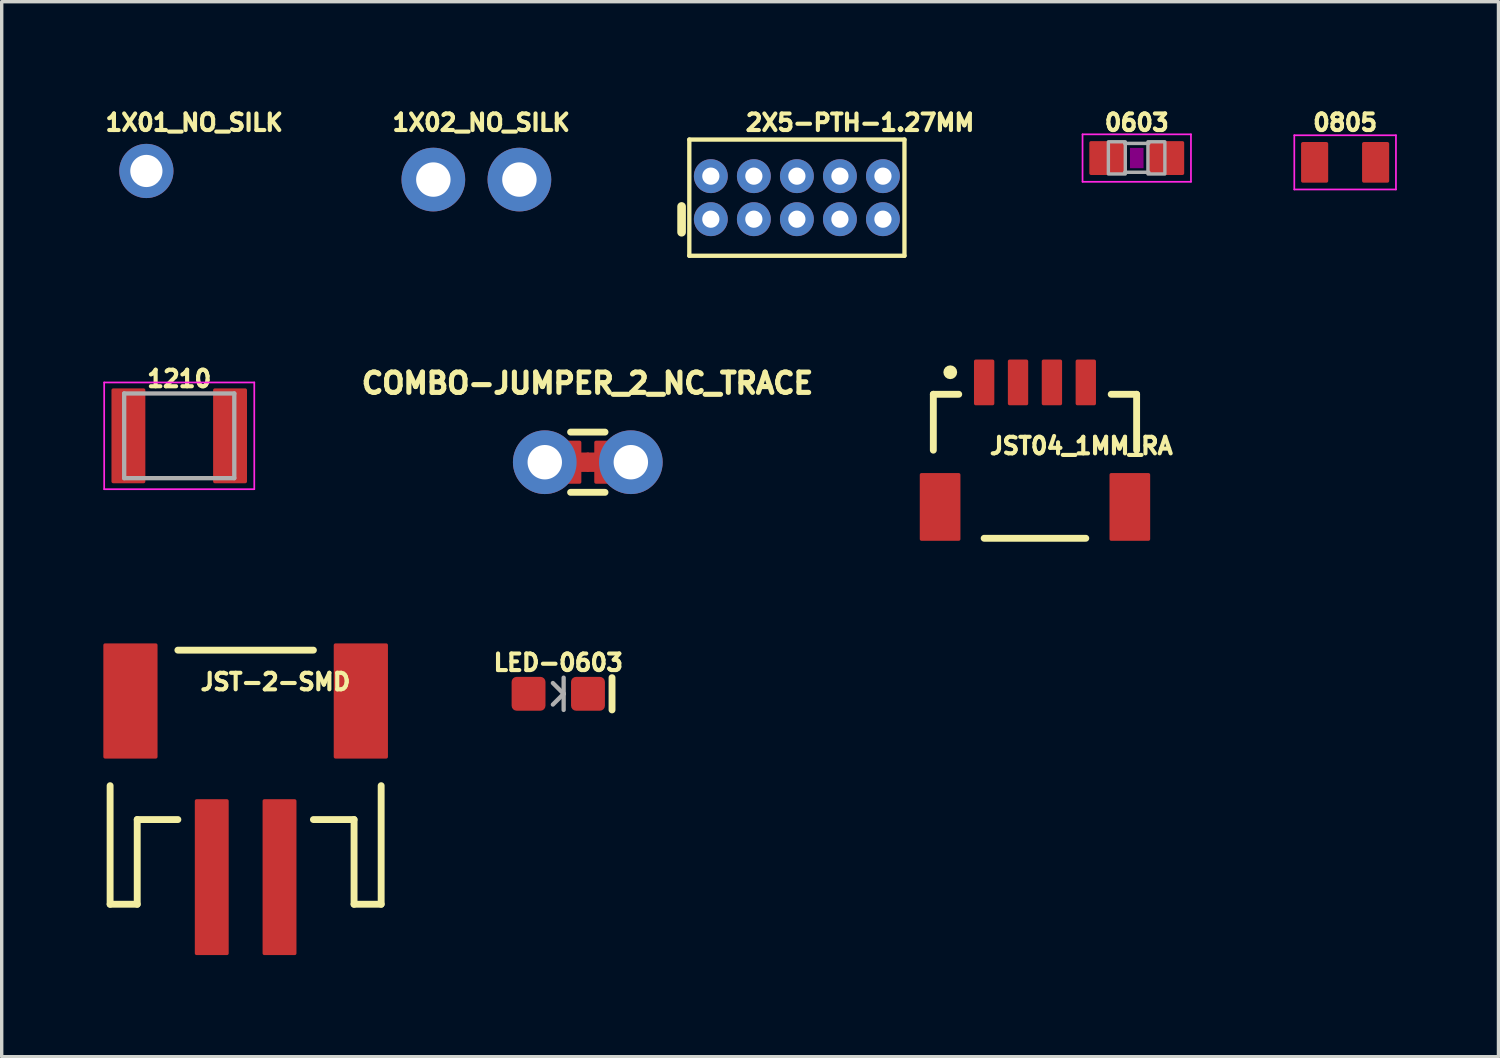
<source format=kicad_pcb>
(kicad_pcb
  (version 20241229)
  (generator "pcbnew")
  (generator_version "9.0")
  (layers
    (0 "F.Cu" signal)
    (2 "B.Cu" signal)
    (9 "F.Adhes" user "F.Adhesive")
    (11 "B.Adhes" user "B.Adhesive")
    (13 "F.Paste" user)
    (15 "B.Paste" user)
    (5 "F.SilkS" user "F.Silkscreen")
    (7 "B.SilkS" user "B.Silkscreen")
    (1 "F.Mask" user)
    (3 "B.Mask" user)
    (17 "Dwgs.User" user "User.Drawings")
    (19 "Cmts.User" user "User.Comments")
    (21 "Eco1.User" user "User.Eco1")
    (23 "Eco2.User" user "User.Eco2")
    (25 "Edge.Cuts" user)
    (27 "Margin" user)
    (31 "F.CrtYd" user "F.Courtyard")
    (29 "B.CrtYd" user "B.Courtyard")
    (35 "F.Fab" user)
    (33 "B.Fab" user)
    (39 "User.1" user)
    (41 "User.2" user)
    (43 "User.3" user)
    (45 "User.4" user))
  (footprint "0603"
    (layer "F.Cu")
    (at 30.501 1.615)
    (property "Reference" "0603" (at 0 -0.762 0) (layer "F.SilkS") (effects (font (size 0.488 0.488) (thickness 0.122)) (justify bottom)))
    (fp_poly (pts (xy -0.2 0.3) (xy 0.2 0.3) (xy 0.2 -0.3) (xy -0.2 -0.3)) (stroke (width 0) (type default)) (fill yes) (layer "F.Adhes"))
    (fp_line (start -1.6 -0.7) (end 1.6 -0.7) (stroke (width 0.051) (type solid)) (layer "F.CrtYd"))
    (fp_line (start -1.6 0.7) (end -1.6 -0.7) (stroke (width 0.051) (type solid)) (layer "F.CrtYd"))
    (fp_line (start 1.6 -0.7) (end 1.6 0.7) (stroke (width 0.051) (type solid)) (layer "F.CrtYd"))
    (fp_line (start 1.6 0.7) (end -1.6 0.7) (stroke (width 0.051) (type solid)) (layer "F.CrtYd"))
    (fp_line (start -0.356 -0.432) (end 0.356 -0.432) (stroke (width 0.102) (type solid)) (layer "F.Fab"))
    (fp_line (start -0.356 0.419) (end 0.356 0.419) (stroke (width 0.102) (type solid)) (layer "F.Fab"))
    (fp_poly (pts (xy -0.838 0.47) (xy -0.338 0.47) (xy -0.338 -0.48) (xy -0.838 -0.48)) (stroke (width 0.1) (type default)) (fill no) (layer "F.Fab"))
    (fp_poly (pts (xy 0.33 0.47) (xy 0.83 0.47) (xy 0.83 -0.48) (xy 0.33 -0.48)) (stroke (width 0.1) (type default)) (fill no) (layer "F.Fab"))
    (pad "1" smd roundrect (at -0.85 0) (size 1.1 1) (layers "F.Cu" "F.Mask" "F.Paste") (roundrect_rratio 0.051))
    (pad "2" smd roundrect (at 0.85 0) (size 1.1 1) (layers "F.Cu" "F.Mask" "F.Paste") (roundrect_rratio 0.051)))
  (footprint "COMBO-JUMPER_2_NC_TRACE"
    (layer "F.Cu")
    (at 14.299 10.592)
    (property "Reference" "COMBO-JUMPER_2_NC_TRACE" (at -0.01 -1.98 0) (layer "F.SilkS") (effects (font (size 0.6 0.6) (thickness 0.15) (bold yes)) (justify bottom)))
    (fp_poly (pts (xy 0.032 0.286) (xy -0.705 0.286) (xy -0.705 -0.286) (xy 0.032 -0.286)) (stroke (width 0) (type default)) (fill yes) (layer "F.Cu"))
    (fp_poly (pts (xy 0.705 0.286) (xy -0.032 0.286) (xy -0.032 -0.286) (xy 0.705 -0.286)) (stroke (width 0) (type default)) (fill yes) (layer "F.Cu"))
    (fp_poly (pts (xy 0.254 0.724) (xy -0.254 0.724) (xy -0.254 -0.724) (xy 0.254 -0.724)) (stroke (width 0) (type default)) (fill yes) (layer "F.Mask"))
    (fp_line (start 0.508 -0.889) (end -0.508 -0.889) (stroke (width 0.203) (type solid)) (layer "F.SilkS"))
    (fp_line (start 0.508 0.889) (end -0.508 0.889) (stroke (width 0.203) (type solid)) (layer "F.SilkS"))
    (fp_poly (pts (xy -1.524 0.254) (xy -1.016 0.254) (xy -1.016 -0.254) (xy -1.524 -0.254)) (stroke (width 0.1) (type default)) (fill no) (layer "F.Fab"))
    (fp_poly (pts (xy 1.016 0.254) (xy 1.524 0.254) (xy 1.524 -0.254) (xy 1.016 -0.254)) (stroke (width 0.1) (type default)) (fill no) (layer "F.Fab"))
    (pad "1" smd roundrect (at -0.508 0) (size 0.635 1.27) (layers "F.Cu" "F.Mask") (roundrect_rratio 0.08))
    (pad "2" smd roundrect (at 0.508 0) (size 0.635 1.27) (layers "F.Cu" "F.Mask") (roundrect_rratio 0.08))
    (pad "3" thru_hole circle (at -1.27 0 90) (size 1.88 1.88) (drill 1.016) (layers "*.Cu" "*.Mask"))
    (pad "4" thru_hole circle (at 1.27 0 90) (size 1.88 1.88) (drill 1.016) (layers "*.Cu" "*.Mask")))
  (footprint "JST04_1MM_RA"
    (layer "F.Cu")
    (at 27.497 8.237)
    (property "Reference" "JST04_1MM_RA" (at -1.397 2.159 0) (layer "F.SilkS") (effects (font (size 0.488 0.488) (thickness 0.122)) (justify left bottom)))
    (fp_line (start -3 0.35) (end -2.25 0.35) (stroke (width 0.203) (type solid)) (layer "F.SilkS"))
    (fp_line (start -3 2) (end -3 0.35) (stroke (width 0.203) (type solid)) (layer "F.SilkS"))
    (fp_line (start -1.5 4.6) (end 1.5 4.6) (stroke (width 0.203) (type solid)) (layer "F.SilkS"))
    (fp_line (start 2.25 0.35) (end 3 0.35) (stroke (width 0.203) (type solid)) (layer "F.SilkS"))
    (fp_line (start 3 0.35) (end 3 2) (stroke (width 0.203) (type solid)) (layer "F.SilkS"))
    (fp_circle (center -2.5 -0.3) (end -2.398 -0.3) (stroke (width 0.203) (type solid)) (fill no) (layer "F.SilkS"))
    (pad "1" smd roundrect (at -1.5 0) (size 0.6 1.35) (layers "F.Cu" "F.Mask" "F.Paste") (roundrect_rratio 0.085))
    (pad "2" smd roundrect (at -0.5 0) (size 0.6 1.35) (layers "F.Cu" "F.Mask" "F.Paste") (roundrect_rratio 0.085))
    (pad "3" smd roundrect (at 0.5 0) (size 0.6 1.35) (layers "F.Cu" "F.Mask" "F.Paste") (roundrect_rratio 0.085))
    (pad "4" smd roundrect (at 1.5 0) (size 0.6 1.35) (layers "F.Cu" "F.Mask" "F.Paste") (roundrect_rratio 0.085))
    (pad "NC1" smd roundrect (at 2.8 3.675) (size 1.2 2) (layers "F.Cu" "F.Mask" "F.Paste") (roundrect_rratio 0.042))
    (pad "NC2" smd roundrect (at -2.8 3.675) (size 1.2 2) (layers "F.Cu" "F.Mask" "F.Paste") (roundrect_rratio 0.042)))
  (footprint "LED-0603"
    (layer "F.Cu")
    (at 13.427 17.427)
    (property "Reference" "LED-0603" (at 0 -0.635 0) (layer "F.SilkS") (effects (font (size 0.488 0.488) (thickness 0.122)) (justify bottom)))
    (fp_line (start 1.587 -0.476) (end 1.587 0.476) (stroke (width 0.203) (type solid)) (layer "F.SilkS"))
    (fp_line (start 0.159 -0.476) (end 0.159 0) (stroke (width 0.127) (type solid)) (layer "F.Fab"))
    (fp_line (start 0.159 0) (end -0.159 -0.318) (stroke (width 0.127) (type solid)) (layer "F.Fab"))
    (fp_line (start 0.159 0) (end -0.159 0.318) (stroke (width 0.127) (type solid)) (layer "F.Fab"))
    (fp_line (start 0.159 0) (end 0.159 0.476) (stroke (width 0.127) (type solid)) (layer "F.Fab"))
    (pad "A" smd roundrect (at -0.877 0 270) (size 1 1) (layers "F.Cu" "F.Mask" "F.Paste") (roundrect_rratio 0.15))
    (pad "C" smd roundrect (at 0.877 0 270) (size 1 1) (layers "F.Cu" "F.Mask" "F.Paste") (roundrect_rratio 0.15)))
  (footprint "0805"
    (layer "F.Cu")
    (at 36.651 1.742)
    (property "Reference" "0805" (at 0 -0.889 0) (layer "F.SilkS") (effects (font (size 0.488 0.488) (thickness 0.122)) (justify bottom)))
    (fp_line (start -1.5 -0.8) (end 1.5 -0.8) (stroke (width 0.051) (type solid)) (layer "F.CrtYd"))
    (fp_line (start -1.5 0.8) (end -1.5 -0.8) (stroke (width 0.051) (type solid)) (layer "F.CrtYd"))
    (fp_line (start 1.5 -0.8) (end 1.5 0.8) (stroke (width 0.051) (type solid)) (layer "F.CrtYd"))
    (fp_line (start 1.5 0.8) (end -1.5 0.8) (stroke (width 0.051) (type solid)) (layer "F.CrtYd"))
    (pad "1" smd roundrect (at -0.9 0) (size 0.8 1.2) (layers "F.Cu" "F.Mask" "F.Paste") (roundrect_rratio 0.064))
    (pad "2" smd roundrect (at 0.9 0) (size 0.8 1.2) (layers "F.Cu" "F.Mask" "F.Paste") (roundrect_rratio 0.064)))
  (footprint "2X5-PTH-1.27MM"
    (layer "F.Cu")
    (at 20.47 2.784)
    (property "Reference" "2X5-PTH-1.27MM" (at -1.575 -1.93 0) (layer "F.SilkS") (effects (font (size 0.488 0.488) (thickness 0.122)) (justify left bottom)))
    (fp_line (start -3.403 1.021) (end -3.403 0.259) (stroke (width 0.254) (type solid)) (layer "F.SilkS"))
    (fp_line (start -3.175 -1.715) (end -3.175 1.715) (stroke (width 0.127) (type solid)) (layer "F.SilkS"))
    (fp_line (start -3.175 1.715) (end 3.175 1.715) (stroke (width 0.127) (type solid)) (layer "F.SilkS"))
    (fp_line (start 3.175 -1.715) (end -3.175 -1.715) (stroke (width 0.127) (type solid)) (layer "F.SilkS"))
    (fp_line (start 3.175 1.715) (end 3.175 -1.715) (stroke (width 0.127) (type solid)) (layer "F.SilkS"))
    (pad "1" thru_hole circle (at -2.54 0.635) (size 1 1) (drill 0.508) (layers "*.Cu" "*.Mask"))
    (pad "2" thru_hole circle (at -2.54 -0.635) (size 1 1) (drill 0.508) (layers "*.Cu" "*.Mask"))
    (pad "3" thru_hole circle (at -1.27 0.635) (size 1 1) (drill 0.508) (layers "*.Cu" "*.Mask"))
    (pad "4" thru_hole circle (at -1.27 -0.635) (size 1 1) (drill 0.508) (layers "*.Cu" "*.Mask"))
    (pad "5" thru_hole circle (at 0 0.635) (size 1 1) (drill 0.508) (layers "*.Cu" "*.Mask"))
    (pad "6" thru_hole circle (at 0 -0.635) (size 1 1) (drill 0.508) (layers "*.Cu" "*.Mask"))
    (pad "7" thru_hole circle (at 1.27 0.635) (size 1 1) (drill 0.508) (layers "*.Cu" "*.Mask"))
    (pad "8" thru_hole circle (at 1.27 -0.635) (size 1 1) (drill 0.508) (layers "*.Cu" "*.Mask"))
    (pad "9" thru_hole circle (at 2.54 0.635) (size 1 1) (drill 0.508) (layers "*.Cu" "*.Mask"))
    (pad "10" thru_hole circle (at 2.54 -0.635) (size 1 1) (drill 0.508) (layers "*.Cu" "*.Mask")))
  (footprint "JST-2-SMD"
    (layer "F.Cu")
    (at 4.2 19.139)
    (property "Reference" "JST-2-SMD" (at -1.397 -1.778 0) (layer "F.SilkS") (effects (font (size 0.488 0.488) (thickness 0.122)) (justify left bottom)))
    (fp_line (start -4 1) (end -4 4.5) (stroke (width 0.203) (type solid)) (layer "F.SilkS"))
    (fp_line (start -4 4.5) (end -3.2 4.5) (stroke (width 0.203) (type solid)) (layer "F.SilkS"))
    (fp_line (start -3.2 2) (end -2 2) (stroke (width 0.203) (type solid)) (layer "F.SilkS"))
    (fp_line (start -3.2 4.5) (end -3.2 2) (stroke (width 0.203) (type solid)) (layer "F.SilkS"))
    (fp_line (start 2 -3) (end -2 -3) (stroke (width 0.203) (type solid)) (layer "F.SilkS"))
    (fp_line (start 2 2) (end 3.2 2) (stroke (width 0.203) (type solid)) (layer "F.SilkS"))
    (fp_line (start 3.2 2) (end 3.2 4.5) (stroke (width 0.203) (type solid)) (layer "F.SilkS"))
    (fp_line (start 3.2 4.5) (end 4 4.5) (stroke (width 0.203) (type solid)) (layer "F.SilkS"))
    (fp_line (start 4 4.5) (end 4 1) (stroke (width 0.203) (type solid)) (layer "F.SilkS"))
    (pad "1" smd roundrect (at -1 3.7) (size 1 4.6) (layers "F.Cu" "F.Mask" "F.Paste") (roundrect_rratio 0.051))
    (pad "2" smd roundrect (at 1 3.7) (size 1 4.6) (layers "F.Cu" "F.Mask" "F.Paste") (roundrect_rratio 0.051))
    (pad "NC1" smd roundrect (at -3.4 -1.5 90) (size 3.4 1.6) (layers "F.Cu" "F.Mask" "F.Paste") (roundrect_rratio 0.032))
    (pad "NC2" smd roundrect (at 3.4 -1.5 90) (size 3.4 1.6) (layers "F.Cu" "F.Mask" "F.Paste") (roundrect_rratio 0.032)))
  (footprint "1X02_NO_SILK"
    (layer "F.Cu")
    (at 9.74 2.25)
    (property "Reference" "1X02_NO_SILK" (at -1.27 -1.397 0) (layer "F.SilkS") (effects (font (size 0.488 0.488) (thickness 0.122)) (justify left bottom)))
    (fp_poly (pts (xy -0.254 0.254) (xy 0.254 0.254) (xy 0.254 -0.254) (xy -0.254 -0.254)) (stroke (width 0.1) (type default)) (fill no) (layer "F.Fab"))
    (fp_poly (pts (xy 2.286 0.254) (xy 2.794 0.254) (xy 2.794 -0.254) (xy 2.286 -0.254)) (stroke (width 0.1) (type default)) (fill no) (layer "F.Fab"))
    (pad "1" thru_hole circle (at 0 0 90) (size 1.88 1.88) (drill 1.016) (layers "*.Cu" "*.Mask"))
    (pad "2" thru_hole circle (at 2.54 0 90) (size 1.88 1.88) (drill 1.016) (layers "*.Cu" "*.Mask")))
  (footprint "1210"
    (layer "F.Cu")
    (at 2.24 9.813)
    (property "Reference" "1210" (at 0 -1.397 0) (layer "F.SilkS") (effects (font (size 0.488 0.488) (thickness 0.122)) (justify bottom)))
    (fp_line (start -2.215 -1.575) (end 2.215 -1.575) (stroke (width 0.051) (type solid)) (layer "F.CrtYd"))
    (fp_line (start -2.215 1.575) (end -2.215 -1.575) (stroke (width 0.051) (type solid)) (layer "F.CrtYd"))
    (fp_line (start 2.215 -1.575) (end 2.215 1.575) (stroke (width 0.051) (type solid)) (layer "F.CrtYd"))
    (fp_line (start 2.215 1.575) (end -2.215 1.575) (stroke (width 0.051) (type solid)) (layer "F.CrtYd"))
    (fp_line (start -1.625 -1.25) (end 1.625 -1.25) (stroke (width 0.127) (type solid)) (layer "F.Fab"))
    (fp_line (start -1.625 1.25) (end -1.625 -1.25) (stroke (width 0.127) (type solid)) (layer "F.Fab"))
    (fp_line (start 1.625 1.25) (end -1.625 1.25) (stroke (width 0.127) (type solid)) (layer "F.Fab"))
    (fp_line (start 1.625 -1.25) (end 1.625 1.25) (stroke (width 0.127) (type solid)) (layer "F.Fab"))
    (pad "1" smd roundrect (at -1.5 0) (size 1 2.8) (layers "F.Cu" "F.Mask" "F.Paste") (roundrect_rratio 0.051))
    (pad "2" smd roundrect (at 1.5 0) (size 1 2.8) (layers "F.Cu" "F.Mask" "F.Paste") (roundrect_rratio 0.051)))
  (footprint "1X01_NO_SILK"
    (layer "F.Cu")
    (at 1.27 1.996)
    (property "Reference" "1X01_NO_SILK" (at -1.27 -1.143 0) (layer "F.SilkS") (effects (font (size 0.488 0.488) (thickness 0.122)) (justify left bottom)))
    (fp_poly (pts (xy -0.254 0.254) (xy 0.254 0.254) (xy 0.254 -0.254) (xy -0.254 -0.254)) (stroke (width 0.1) (type default)) (fill no) (layer "F.Fab"))
    (pad "1" thru_hole circle (at 0 0 90) (size 1.6 1.6) (drill 0.95) (layers "*.Cu" "*.Mask")))
  (gr_rect
    (start -3 -3)
    (end 41.177 28.139)
    (stroke (width 0.1) (type default))
    (fill no)
    (layer "Edge.Cuts")))
</source>
